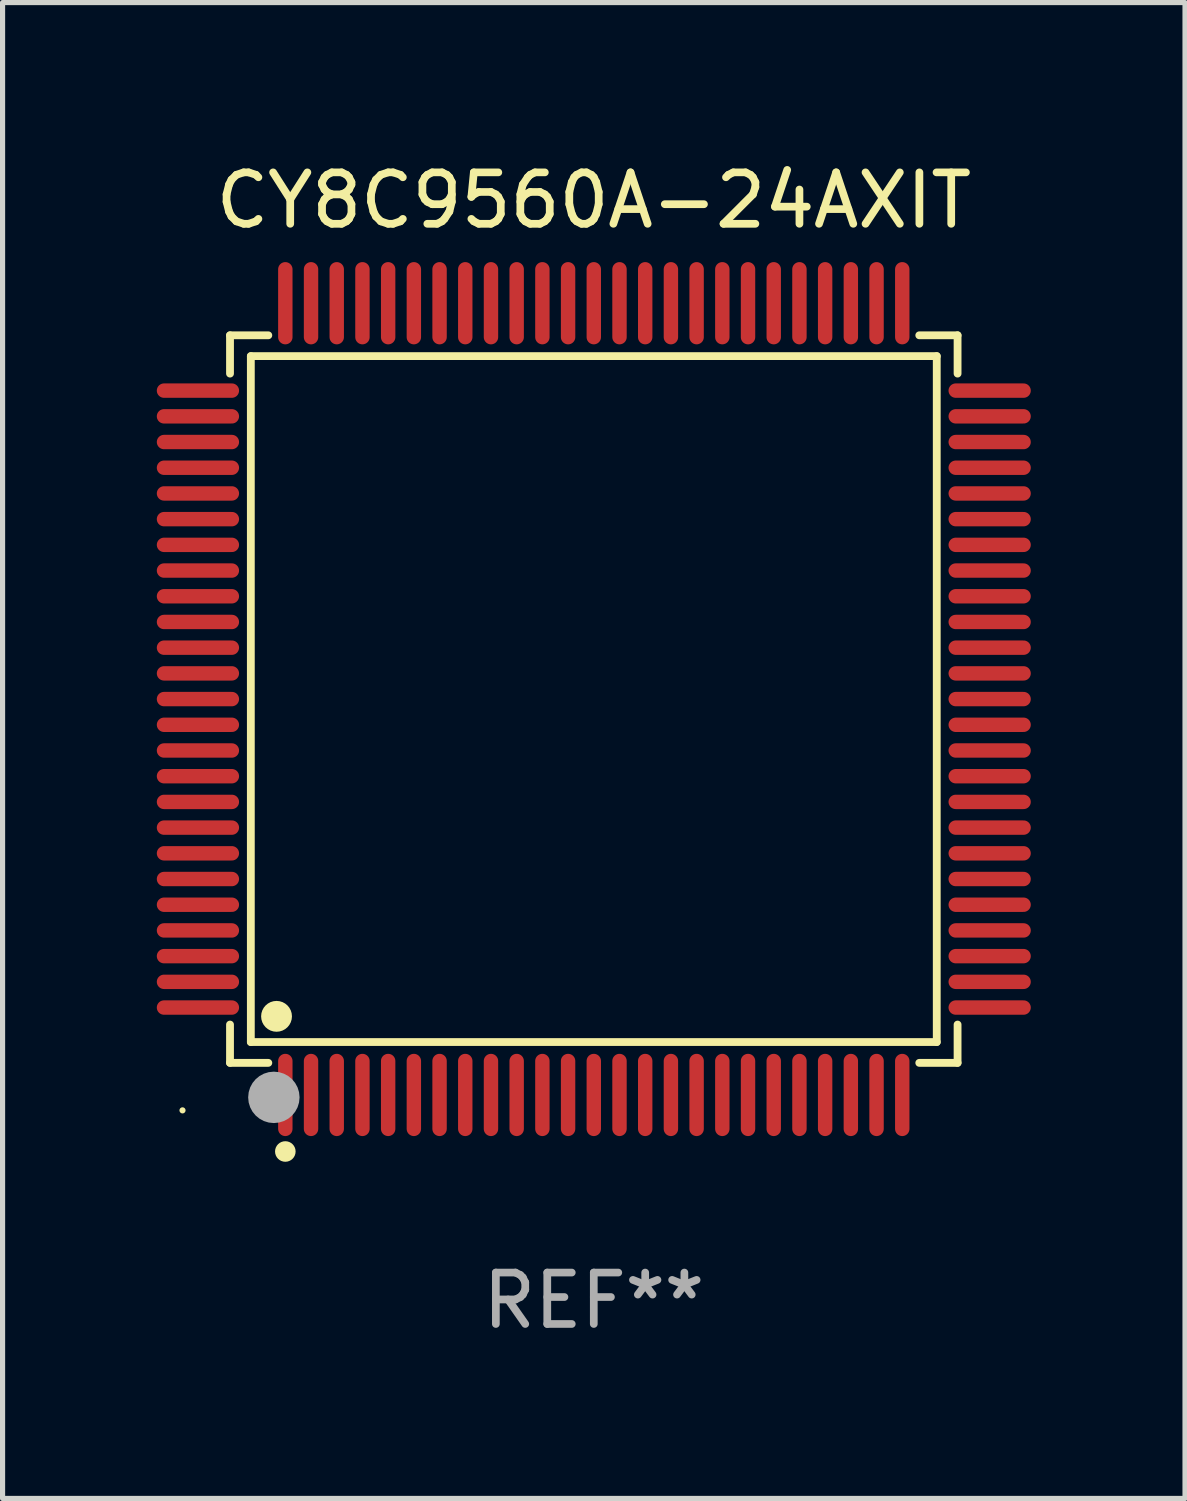
<source format=kicad_pcb>
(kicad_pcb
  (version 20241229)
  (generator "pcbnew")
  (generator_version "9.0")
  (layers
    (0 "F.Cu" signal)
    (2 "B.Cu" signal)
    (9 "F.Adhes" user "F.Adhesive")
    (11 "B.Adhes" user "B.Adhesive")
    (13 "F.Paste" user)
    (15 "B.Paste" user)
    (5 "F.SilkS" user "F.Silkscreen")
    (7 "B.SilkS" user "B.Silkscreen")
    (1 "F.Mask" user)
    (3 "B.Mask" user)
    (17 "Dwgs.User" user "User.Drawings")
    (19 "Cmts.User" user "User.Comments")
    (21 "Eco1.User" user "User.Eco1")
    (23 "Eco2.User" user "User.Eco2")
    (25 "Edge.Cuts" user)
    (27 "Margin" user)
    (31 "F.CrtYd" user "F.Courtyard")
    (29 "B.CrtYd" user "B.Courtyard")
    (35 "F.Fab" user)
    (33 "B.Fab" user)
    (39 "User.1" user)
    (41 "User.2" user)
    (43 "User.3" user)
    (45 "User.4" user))
  (footprint "CY8C9560A-24AXIT"
    (layer "F.Cu")
    (at 8.5 10.548)
    (property "Reference" "CY8C9560A-24AXIT" (at 0 -9.7 0) (layer "F.SilkS") (effects (font (size 1 1) (thickness 0.15))))
    (attr through_hole)
    (fp_line (start -7.076 -7.076) (end -6.331 -7.076) (stroke (width 0.152) (type solid)) (layer "F.SilkS"))
    (fp_line (start -7.076 -6.331) (end -7.076 -7.076) (stroke (width 0.152) (type solid)) (layer "F.SilkS"))
    (fp_line (start -7.076 6.331) (end -7.076 7.076) (stroke (width 0.152) (type solid)) (layer "F.SilkS"))
    (fp_line (start -7.076 7.076) (end -6.331 7.076) (stroke (width 0.152) (type solid)) (layer "F.SilkS"))
    (fp_line (start -6.671 -6.671) (end 6.671 -6.671) (stroke (width 0.152) (type solid)) (layer "F.SilkS"))
    (fp_line (start -6.671 6.671) (end -6.671 -6.671) (stroke (width 0.152) (type solid)) (layer "F.SilkS"))
    (fp_line (start 6.671 -6.671) (end 6.671 6.671) (stroke (width 0.152) (type solid)) (layer "F.SilkS"))
    (fp_line (start 6.671 6.671) (end -6.671 6.671) (stroke (width 0.152) (type solid)) (layer "F.SilkS"))
    (fp_line (start 7.076 -7.076) (end 6.331 -7.076) (stroke (width 0.152) (type solid)) (layer "F.SilkS"))
    (fp_line (start 7.076 -6.331) (end 7.076 -7.076) (stroke (width 0.152) (type solid)) (layer "F.SilkS"))
    (fp_line (start 7.076 6.331) (end 7.076 7.076) (stroke (width 0.152) (type solid)) (layer "F.SilkS"))
    (fp_line (start 7.076 7.076) (end 6.331 7.076) (stroke (width 0.152) (type solid)) (layer "F.SilkS"))
    (fp_circle (center -8 8) (end -7.97 8) (stroke (width 0.06) (type solid)) (fill no) (layer "F.SilkS"))
    (fp_circle (center -6.171 6.171) (end -6.021 6.171) (stroke (width 0.3) (type solid)) (fill no) (layer "F.SilkS"))
    (fp_circle (center -6 8.8) (end -5.9 8.8) (stroke (width 0.2) (type solid)) (fill no) (layer "F.SilkS"))
    (fp_circle (center -6.223 7.747) (end -5.973 7.747) (stroke (width 0.5) (type solid)) (fill no) (layer "F.Fab"))
    (fp_text user "REF**" (at 0 11.7 0) (layer "F.Fab") (effects (font (size 1 1) (thickness 0.15))))
    (pad "1" smd oval (at -6 7.7) (size 0.28 1.6) (layers "F.Cu" "F.Mask" "F.Paste"))
    (pad "2" smd oval (at -5.5 7.7) (size 0.28 1.6) (layers "F.Cu" "F.Mask" "F.Paste"))
    (pad "3" smd oval (at -5 7.7) (size 0.28 1.6) (layers "F.Cu" "F.Mask" "F.Paste"))
    (pad "4" smd oval (at -4.5 7.7) (size 0.28 1.6) (layers "F.Cu" "F.Mask" "F.Paste"))
    (pad "5" smd oval (at -4 7.7) (size 0.28 1.6) (layers "F.Cu" "F.Mask" "F.Paste"))
    (pad "6" smd oval (at -3.5 7.7) (size 0.28 1.6) (layers "F.Cu" "F.Mask" "F.Paste"))
    (pad "7" smd oval (at -3 7.7) (size 0.28 1.6) (layers "F.Cu" "F.Mask" "F.Paste"))
    (pad "8" smd oval (at -2.5 7.7) (size 0.28 1.6) (layers "F.Cu" "F.Mask" "F.Paste"))
    (pad "9" smd oval (at -2 7.7) (size 0.28 1.6) (layers "F.Cu" "F.Mask" "F.Paste"))
    (pad "10" smd oval (at -1.5 7.7) (size 0.28 1.6) (layers "F.Cu" "F.Mask" "F.Paste"))
    (pad "11" smd oval (at -1 7.7) (size 0.28 1.6) (layers "F.Cu" "F.Mask" "F.Paste"))
    (pad "12" smd oval (at -0.5 7.7) (size 0.28 1.6) (layers "F.Cu" "F.Mask" "F.Paste"))
    (pad "13" smd oval (at 0 7.7) (size 0.28 1.6) (layers "F.Cu" "F.Mask" "F.Paste"))
    (pad "14" smd oval (at 0.5 7.7) (size 0.28 1.6) (layers "F.Cu" "F.Mask" "F.Paste"))
    (pad "15" smd oval (at 1 7.7) (size 0.28 1.6) (layers "F.Cu" "F.Mask" "F.Paste"))
    (pad "16" smd oval (at 1.5 7.7) (size 0.28 1.6) (layers "F.Cu" "F.Mask" "F.Paste"))
    (pad "17" smd oval (at 2 7.7) (size 0.28 1.6) (layers "F.Cu" "F.Mask" "F.Paste"))
    (pad "18" smd oval (at 2.5 7.7) (size 0.28 1.6) (layers "F.Cu" "F.Mask" "F.Paste"))
    (pad "19" smd oval (at 3 7.7) (size 0.28 1.6) (layers "F.Cu" "F.Mask" "F.Paste"))
    (pad "20" smd oval (at 3.5 7.7) (size 0.28 1.6) (layers "F.Cu" "F.Mask" "F.Paste"))
    (pad "21" smd oval (at 4 7.7) (size 0.28 1.6) (layers "F.Cu" "F.Mask" "F.Paste"))
    (pad "22" smd oval (at 4.5 7.7) (size 0.28 1.6) (layers "F.Cu" "F.Mask" "F.Paste"))
    (pad "23" smd oval (at 5 7.7) (size 0.28 1.6) (layers "F.Cu" "F.Mask" "F.Paste"))
    (pad "24" smd oval (at 5.5 7.7) (size 0.28 1.6) (layers "F.Cu" "F.Mask" "F.Paste"))
    (pad "25" smd oval (at 6 7.7) (size 0.28 1.6) (layers "F.Cu" "F.Mask" "F.Paste"))
    (pad "26" smd oval (at 7.7 6) (size 1.6 0.28) (layers "F.Cu" "F.Mask" "F.Paste"))
    (pad "27" smd oval (at 7.7 5.5) (size 1.6 0.28) (layers "F.Cu" "F.Mask" "F.Paste"))
    (pad "28" smd oval (at 7.7 5) (size 1.6 0.28) (layers "F.Cu" "F.Mask" "F.Paste"))
    (pad "29" smd oval (at 7.7 4.5) (size 1.6 0.28) (layers "F.Cu" "F.Mask" "F.Paste"))
    (pad "30" smd oval (at 7.7 4) (size 1.6 0.28) (layers "F.Cu" "F.Mask" "F.Paste"))
    (pad "31" smd oval (at 7.7 3.5) (size 1.6 0.28) (layers "F.Cu" "F.Mask" "F.Paste"))
    (pad "32" smd oval (at 7.7 3) (size 1.6 0.28) (layers "F.Cu" "F.Mask" "F.Paste"))
    (pad "33" smd oval (at 7.7 2.5) (size 1.6 0.28) (layers "F.Cu" "F.Mask" "F.Paste"))
    (pad "34" smd oval (at 7.7 2) (size 1.6 0.28) (layers "F.Cu" "F.Mask" "F.Paste"))
    (pad "35" smd oval (at 7.7 1.5) (size 1.6 0.28) (layers "F.Cu" "F.Mask" "F.Paste"))
    (pad "36" smd oval (at 7.7 1) (size 1.6 0.28) (layers "F.Cu" "F.Mask" "F.Paste"))
    (pad "37" smd oval (at 7.7 0.5) (size 1.6 0.28) (layers "F.Cu" "F.Mask" "F.Paste"))
    (pad "38" smd oval (at 7.7 0) (size 1.6 0.28) (layers "F.Cu" "F.Mask" "F.Paste"))
    (pad "39" smd oval (at 7.7 -0.5) (size 1.6 0.28) (layers "F.Cu" "F.Mask" "F.Paste"))
    (pad "40" smd oval (at 7.7 -1) (size 1.6 0.28) (layers "F.Cu" "F.Mask" "F.Paste"))
    (pad "41" smd oval (at 7.7 -1.5) (size 1.6 0.28) (layers "F.Cu" "F.Mask" "F.Paste"))
    (pad "42" smd oval (at 7.7 -2) (size 1.6 0.28) (layers "F.Cu" "F.Mask" "F.Paste"))
    (pad "43" smd oval (at 7.7 -2.5) (size 1.6 0.28) (layers "F.Cu" "F.Mask" "F.Paste"))
    (pad "44" smd oval (at 7.7 -3) (size 1.6 0.28) (layers "F.Cu" "F.Mask" "F.Paste"))
    (pad "45" smd oval (at 7.7 -3.5) (size 1.6 0.28) (layers "F.Cu" "F.Mask" "F.Paste"))
    (pad "46" smd oval (at 7.7 -4) (size 1.6 0.28) (layers "F.Cu" "F.Mask" "F.Paste"))
    (pad "47" smd oval (at 7.7 -4.5) (size 1.6 0.28) (layers "F.Cu" "F.Mask" "F.Paste"))
    (pad "48" smd oval (at 7.7 -5) (size 1.6 0.28) (layers "F.Cu" "F.Mask" "F.Paste"))
    (pad "49" smd oval (at 7.7 -5.5) (size 1.6 0.28) (layers "F.Cu" "F.Mask" "F.Paste"))
    (pad "50" smd oval (at 7.7 -6) (size 1.6 0.28) (layers "F.Cu" "F.Mask" "F.Paste"))
    (pad "51" smd oval (at 6 -7.7) (size 0.28 1.6) (layers "F.Cu" "F.Mask" "F.Paste"))
    (pad "52" smd oval (at 5.5 -7.7) (size 0.28 1.6) (layers "F.Cu" "F.Mask" "F.Paste"))
    (pad "53" smd oval (at 5 -7.7) (size 0.28 1.6) (layers "F.Cu" "F.Mask" "F.Paste"))
    (pad "54" smd oval (at 4.5 -7.7) (size 0.28 1.6) (layers "F.Cu" "F.Mask" "F.Paste"))
    (pad "55" smd oval (at 4 -7.7) (size 0.28 1.6) (layers "F.Cu" "F.Mask" "F.Paste"))
    (pad "56" smd oval (at 3.5 -7.7) (size 0.28 1.6) (layers "F.Cu" "F.Mask" "F.Paste"))
    (pad "57" smd oval (at 3 -7.7) (size 0.28 1.6) (layers "F.Cu" "F.Mask" "F.Paste"))
    (pad "58" smd oval (at 2.5 -7.7) (size 0.28 1.6) (layers "F.Cu" "F.Mask" "F.Paste"))
    (pad "59" smd oval (at 2 -7.7) (size 0.28 1.6) (layers "F.Cu" "F.Mask" "F.Paste"))
    (pad "60" smd oval (at 1.5 -7.7) (size 0.28 1.6) (layers "F.Cu" "F.Mask" "F.Paste"))
    (pad "61" smd oval (at 1 -7.7) (size 0.28 1.6) (layers "F.Cu" "F.Mask" "F.Paste"))
    (pad "62" smd oval (at 0.5 -7.7) (size 0.28 1.6) (layers "F.Cu" "F.Mask" "F.Paste"))
    (pad "63" smd oval (at 0 -7.7) (size 0.28 1.6) (layers "F.Cu" "F.Mask" "F.Paste"))
    (pad "64" smd oval (at -0.5 -7.7) (size 0.28 1.6) (layers "F.Cu" "F.Mask" "F.Paste"))
    (pad "65" smd oval (at -1 -7.7) (size 0.28 1.6) (layers "F.Cu" "F.Mask" "F.Paste"))
    (pad "66" smd oval (at -1.5 -7.7) (size 0.28 1.6) (layers "F.Cu" "F.Mask" "F.Paste"))
    (pad "67" smd oval (at -2 -7.7) (size 0.28 1.6) (layers "F.Cu" "F.Mask" "F.Paste"))
    (pad "68" smd oval (at -2.5 -7.7) (size 0.28 1.6) (layers "F.Cu" "F.Mask" "F.Paste"))
    (pad "69" smd oval (at -3 -7.7) (size 0.28 1.6) (layers "F.Cu" "F.Mask" "F.Paste"))
    (pad "70" smd oval (at -3.5 -7.7) (size 0.28 1.6) (layers "F.Cu" "F.Mask" "F.Paste"))
    (pad "71" smd oval (at -4 -7.7) (size 0.28 1.6) (layers "F.Cu" "F.Mask" "F.Paste"))
    (pad "72" smd oval (at -4.5 -7.7) (size 0.28 1.6) (layers "F.Cu" "F.Mask" "F.Paste"))
    (pad "73" smd oval (at -5 -7.7) (size 0.28 1.6) (layers "F.Cu" "F.Mask" "F.Paste"))
    (pad "74" smd oval (at -5.5 -7.7) (size 0.28 1.6) (layers "F.Cu" "F.Mask" "F.Paste"))
    (pad "75" smd oval (at -6 -7.7) (size 0.28 1.6) (layers "F.Cu" "F.Mask" "F.Paste"))
    (pad "76" smd oval (at -7.7 -6) (size 1.6 0.28) (layers "F.Cu" "F.Mask" "F.Paste"))
    (pad "77" smd oval (at -7.7 -5.5) (size 1.6 0.28) (layers "F.Cu" "F.Mask" "F.Paste"))
    (pad "78" smd oval (at -7.7 -5) (size 1.6 0.28) (layers "F.Cu" "F.Mask" "F.Paste"))
    (pad "79" smd oval (at -7.7 -4.5) (size 1.6 0.28) (layers "F.Cu" "F.Mask" "F.Paste"))
    (pad "80" smd oval (at -7.7 -4) (size 1.6 0.28) (layers "F.Cu" "F.Mask" "F.Paste"))
    (pad "81" smd oval (at -7.7 -3.5) (size 1.6 0.28) (layers "F.Cu" "F.Mask" "F.Paste"))
    (pad "82" smd oval (at -7.7 -3) (size 1.6 0.28) (layers "F.Cu" "F.Mask" "F.Paste"))
    (pad "83" smd oval (at -7.7 -2.5) (size 1.6 0.28) (layers "F.Cu" "F.Mask" "F.Paste"))
    (pad "84" smd oval (at -7.7 -2) (size 1.6 0.28) (layers "F.Cu" "F.Mask" "F.Paste"))
    (pad "85" smd oval (at -7.7 -1.5) (size 1.6 0.28) (layers "F.Cu" "F.Mask" "F.Paste"))
    (pad "86" smd oval (at -7.7 -1) (size 1.6 0.28) (layers "F.Cu" "F.Mask" "F.Paste"))
    (pad "87" smd oval (at -7.7 -0.5) (size 1.6 0.28) (layers "F.Cu" "F.Mask" "F.Paste"))
    (pad "88" smd oval (at -7.7 0) (size 1.6 0.28) (layers "F.Cu" "F.Mask" "F.Paste"))
    (pad "89" smd oval (at -7.7 0.5) (size 1.6 0.28) (layers "F.Cu" "F.Mask" "F.Paste"))
    (pad "90" smd oval (at -7.7 1) (size 1.6 0.28) (layers "F.Cu" "F.Mask" "F.Paste"))
    (pad "91" smd oval (at -7.7 1.5) (size 1.6 0.28) (layers "F.Cu" "F.Mask" "F.Paste"))
    (pad "92" smd oval (at -7.7 2) (size 1.6 0.28) (layers "F.Cu" "F.Mask" "F.Paste"))
    (pad "93" smd oval (at -7.7 2.5) (size 1.6 0.28) (layers "F.Cu" "F.Mask" "F.Paste"))
    (pad "94" smd oval (at -7.7 3) (size 1.6 0.28) (layers "F.Cu" "F.Mask" "F.Paste"))
    (pad "95" smd oval (at -7.7 3.5) (size 1.6 0.28) (layers "F.Cu" "F.Mask" "F.Paste"))
    (pad "96" smd oval (at -7.7 4) (size 1.6 0.28) (layers "F.Cu" "F.Mask" "F.Paste"))
    (pad "97" smd oval (at -7.7 4.5) (size 1.6 0.28) (layers "F.Cu" "F.Mask" "F.Paste"))
    (pad "98" smd oval (at -7.7 5) (size 1.6 0.28) (layers "F.Cu" "F.Mask" "F.Paste"))
    (pad "99" smd oval (at -7.7 5.5) (size 1.6 0.28) (layers "F.Cu" "F.Mask" "F.Paste"))
    (pad "100" smd oval (at -7.7 6) (size 1.6 0.28) (layers "F.Cu" "F.Mask" "F.Paste")))
  (gr_rect
    (start -3 -3)
    (end 20 26.097)
    (stroke (width 0.1) (type default))
    (fill no)
    (layer "Edge.Cuts")))
</source>
